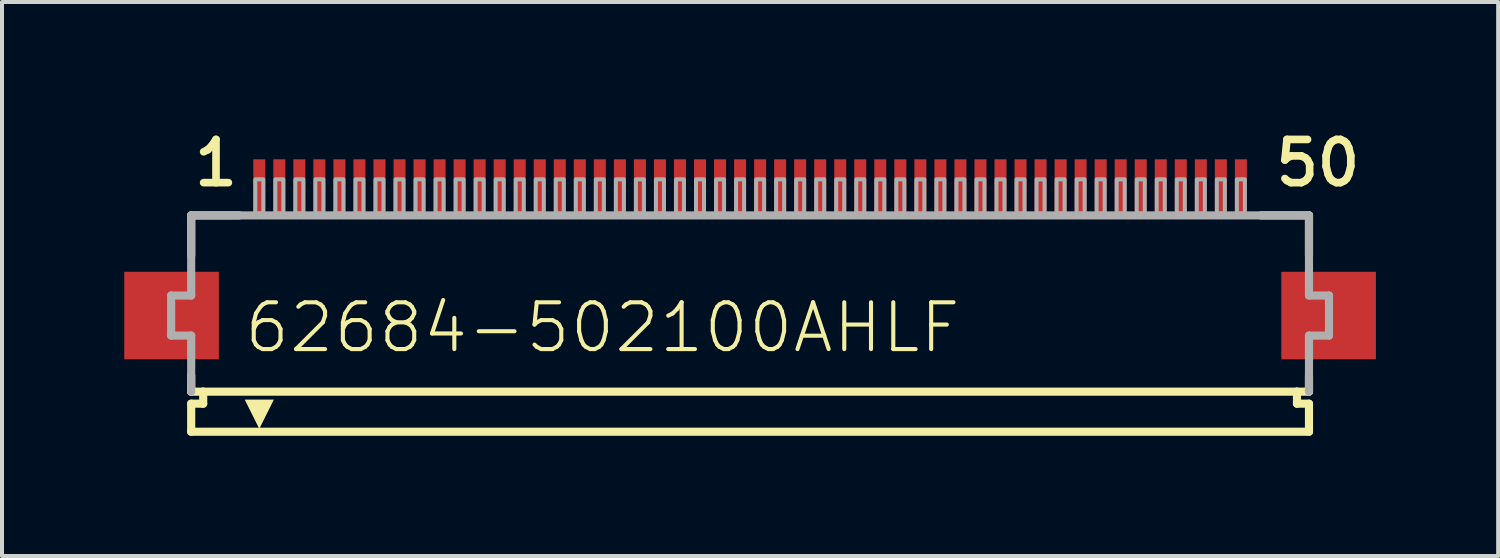
<source format=kicad_pcb>
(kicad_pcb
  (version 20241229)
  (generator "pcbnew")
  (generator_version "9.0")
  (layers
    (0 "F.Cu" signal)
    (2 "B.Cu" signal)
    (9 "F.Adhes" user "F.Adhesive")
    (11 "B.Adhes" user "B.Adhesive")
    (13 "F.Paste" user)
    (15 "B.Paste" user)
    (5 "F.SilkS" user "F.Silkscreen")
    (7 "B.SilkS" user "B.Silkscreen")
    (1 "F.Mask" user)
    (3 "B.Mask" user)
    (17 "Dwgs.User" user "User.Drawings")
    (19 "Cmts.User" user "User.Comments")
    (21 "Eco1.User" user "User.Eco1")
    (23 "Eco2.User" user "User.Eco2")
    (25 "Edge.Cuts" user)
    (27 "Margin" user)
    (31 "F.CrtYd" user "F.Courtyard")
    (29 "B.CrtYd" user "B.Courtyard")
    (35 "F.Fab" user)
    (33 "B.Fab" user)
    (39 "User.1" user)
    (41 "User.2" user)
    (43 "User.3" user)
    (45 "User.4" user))
  (footprint "62684-502100AHLF"
    (layer "F.Cu")
    (at 15.672 4.826)
    (property "Reference" "62684-502100AHLF" (at -12.678 0.985 0) (unlocked yes) (layer "F.SilkS") (effects (font (size 1.168 1.168) (thickness 0.102)) (justify left bottom)))
    (fp_poly (pts (xy -15.621 1.092) (xy -13.259 1.092) (xy -13.259 -1.092) (xy -15.621 -1.092)) (stroke (width 0) (type default)) (fill yes) (layer "F.Cu"))
    (fp_poly (pts (xy 15.621 -1.092) (xy 13.259 -1.092) (xy 13.259 1.092) (xy 15.621 1.092)) (stroke (width 0) (type default)) (fill yes) (layer "F.Cu"))
    (fp_poly (pts (xy -15.672 1.168) (xy -13.208 1.168) (xy -13.208 -1.168) (xy -15.672 -1.168)) (stroke (width 0) (type default)) (fill yes) (layer "F.Mask"))
    (fp_poly (pts (xy -12.45 -2.55) (xy -12.05 -2.55) (xy -12.05 -3.95) (xy -12.45 -3.95)) (stroke (width 0) (type default)) (fill yes) (layer "F.Mask"))
    (fp_poly (pts (xy -11.95 -2.55) (xy -11.55 -2.55) (xy -11.55 -3.95) (xy -11.95 -3.95)) (stroke (width 0) (type default)) (fill yes) (layer "F.Mask"))
    (fp_poly (pts (xy -11.45 -2.55) (xy -11.05 -2.55) (xy -11.05 -3.95) (xy -11.45 -3.95)) (stroke (width 0) (type default)) (fill yes) (layer "F.Mask"))
    (fp_poly (pts (xy -10.95 -2.55) (xy -10.55 -2.55) (xy -10.55 -3.95) (xy -10.95 -3.95)) (stroke (width 0) (type default)) (fill yes) (layer "F.Mask"))
    (fp_poly (pts (xy -10.45 -2.55) (xy -10.05 -2.55) (xy -10.05 -3.95) (xy -10.45 -3.95)) (stroke (width 0) (type default)) (fill yes) (layer "F.Mask"))
    (fp_poly (pts (xy -9.95 -2.55) (xy -9.55 -2.55) (xy -9.55 -3.95) (xy -9.95 -3.95)) (stroke (width 0) (type default)) (fill yes) (layer "F.Mask"))
    (fp_poly (pts (xy -9.45 -2.55) (xy -9.05 -2.55) (xy -9.05 -3.95) (xy -9.45 -3.95)) (stroke (width 0) (type default)) (fill yes) (layer "F.Mask"))
    (fp_poly (pts (xy -8.95 -2.55) (xy -8.55 -2.55) (xy -8.55 -3.95) (xy -8.95 -3.95)) (stroke (width 0) (type default)) (fill yes) (layer "F.Mask"))
    (fp_poly (pts (xy -8.45 -2.55) (xy -8.05 -2.55) (xy -8.05 -3.95) (xy -8.45 -3.95)) (stroke (width 0) (type default)) (fill yes) (layer "F.Mask"))
    (fp_poly (pts (xy -7.95 -2.55) (xy -7.55 -2.55) (xy -7.55 -3.95) (xy -7.95 -3.95)) (stroke (width 0) (type default)) (fill yes) (layer "F.Mask"))
    (fp_poly (pts (xy -7.45 -2.55) (xy -7.05 -2.55) (xy -7.05 -3.95) (xy -7.45 -3.95)) (stroke (width 0) (type default)) (fill yes) (layer "F.Mask"))
    (fp_poly (pts (xy -6.95 -2.55) (xy -6.55 -2.55) (xy -6.55 -3.95) (xy -6.95 -3.95)) (stroke (width 0) (type default)) (fill yes) (layer "F.Mask"))
    (fp_poly (pts (xy -6.45 -2.55) (xy -6.05 -2.55) (xy -6.05 -3.95) (xy -6.45 -3.95)) (stroke (width 0) (type default)) (fill yes) (layer "F.Mask"))
    (fp_poly (pts (xy -5.95 -2.55) (xy -5.55 -2.55) (xy -5.55 -3.95) (xy -5.95 -3.95)) (stroke (width 0) (type default)) (fill yes) (layer "F.Mask"))
    (fp_poly (pts (xy -5.45 -2.55) (xy -5.05 -2.55) (xy -5.05 -3.95) (xy -5.45 -3.95)) (stroke (width 0) (type default)) (fill yes) (layer "F.Mask"))
    (fp_poly (pts (xy -4.95 -2.55) (xy -4.55 -2.55) (xy -4.55 -3.95) (xy -4.95 -3.95)) (stroke (width 0) (type default)) (fill yes) (layer "F.Mask"))
    (fp_poly (pts (xy -4.45 -2.55) (xy -4.05 -2.55) (xy -4.05 -3.95) (xy -4.45 -3.95)) (stroke (width 0) (type default)) (fill yes) (layer "F.Mask"))
    (fp_poly (pts (xy -3.95 -2.55) (xy -3.55 -2.55) (xy -3.55 -3.95) (xy -3.95 -3.95)) (stroke (width 0) (type default)) (fill yes) (layer "F.Mask"))
    (fp_poly (pts (xy -3.45 -2.55) (xy -3.05 -2.55) (xy -3.05 -3.95) (xy -3.45 -3.95)) (stroke (width 0) (type default)) (fill yes) (layer "F.Mask"))
    (fp_poly (pts (xy -2.95 -2.55) (xy -2.55 -2.55) (xy -2.55 -3.95) (xy -2.95 -3.95)) (stroke (width 0) (type default)) (fill yes) (layer "F.Mask"))
    (fp_poly (pts (xy -2.45 -2.55) (xy -2.05 -2.55) (xy -2.05 -3.95) (xy -2.45 -3.95)) (stroke (width 0) (type default)) (fill yes) (layer "F.Mask"))
    (fp_poly (pts (xy -1.95 -2.55) (xy -1.55 -2.55) (xy -1.55 -3.95) (xy -1.95 -3.95)) (stroke (width 0) (type default)) (fill yes) (layer "F.Mask"))
    (fp_poly (pts (xy -1.45 -2.55) (xy -1.05 -2.55) (xy -1.05 -3.95) (xy -1.45 -3.95)) (stroke (width 0) (type default)) (fill yes) (layer "F.Mask"))
    (fp_poly (pts (xy -0.95 -2.55) (xy -0.55 -2.55) (xy -0.55 -3.95) (xy -0.95 -3.95)) (stroke (width 0) (type default)) (fill yes) (layer "F.Mask"))
    (fp_poly (pts (xy -0.45 -2.55) (xy -0.05 -2.55) (xy -0.05 -3.95) (xy -0.45 -3.95)) (stroke (width 0) (type default)) (fill yes) (layer "F.Mask"))
    (fp_poly (pts (xy 0.05 -2.55) (xy 0.45 -2.55) (xy 0.45 -3.95) (xy 0.05 -3.95)) (stroke (width 0) (type default)) (fill yes) (layer "F.Mask"))
    (fp_poly (pts (xy 0.55 -2.55) (xy 0.95 -2.55) (xy 0.95 -3.95) (xy 0.55 -3.95)) (stroke (width 0) (type default)) (fill yes) (layer "F.Mask"))
    (fp_poly (pts (xy 1.05 -2.55) (xy 1.45 -2.55) (xy 1.45 -3.95) (xy 1.05 -3.95)) (stroke (width 0) (type default)) (fill yes) (layer "F.Mask"))
    (fp_poly (pts (xy 1.55 -2.55) (xy 1.95 -2.55) (xy 1.95 -3.95) (xy 1.55 -3.95)) (stroke (width 0) (type default)) (fill yes) (layer "F.Mask"))
    (fp_poly (pts (xy 2.05 -2.55) (xy 2.45 -2.55) (xy 2.45 -3.95) (xy 2.05 -3.95)) (stroke (width 0) (type default)) (fill yes) (layer "F.Mask"))
    (fp_poly (pts (xy 2.55 -2.55) (xy 2.95 -2.55) (xy 2.95 -3.95) (xy 2.55 -3.95)) (stroke (width 0) (type default)) (fill yes) (layer "F.Mask"))
    (fp_poly (pts (xy 3.05 -2.55) (xy 3.45 -2.55) (xy 3.45 -3.95) (xy 3.05 -3.95)) (stroke (width 0) (type default)) (fill yes) (layer "F.Mask"))
    (fp_poly (pts (xy 3.55 -2.55) (xy 3.95 -2.55) (xy 3.95 -3.95) (xy 3.55 -3.95)) (stroke (width 0) (type default)) (fill yes) (layer "F.Mask"))
    (fp_poly (pts (xy 4.05 -2.55) (xy 4.45 -2.55) (xy 4.45 -3.95) (xy 4.05 -3.95)) (stroke (width 0) (type default)) (fill yes) (layer "F.Mask"))
    (fp_poly (pts (xy 4.55 -2.55) (xy 4.95 -2.55) (xy 4.95 -3.95) (xy 4.55 -3.95)) (stroke (width 0) (type default)) (fill yes) (layer "F.Mask"))
    (fp_poly (pts (xy 5.05 -2.55) (xy 5.45 -2.55) (xy 5.45 -3.95) (xy 5.05 -3.95)) (stroke (width 0) (type default)) (fill yes) (layer "F.Mask"))
    (fp_poly (pts (xy 5.55 -2.55) (xy 5.95 -2.55) (xy 5.95 -3.95) (xy 5.55 -3.95)) (stroke (width 0) (type default)) (fill yes) (layer "F.Mask"))
    (fp_poly (pts (xy 6.05 -2.55) (xy 6.45 -2.55) (xy 6.45 -3.95) (xy 6.05 -3.95)) (stroke (width 0) (type default)) (fill yes) (layer "F.Mask"))
    (fp_poly (pts (xy 6.55 -2.55) (xy 6.95 -2.55) (xy 6.95 -3.95) (xy 6.55 -3.95)) (stroke (width 0) (type default)) (fill yes) (layer "F.Mask"))
    (fp_poly (pts (xy 7.05 -2.55) (xy 7.45 -2.55) (xy 7.45 -3.95) (xy 7.05 -3.95)) (stroke (width 0) (type default)) (fill yes) (layer "F.Mask"))
    (fp_poly (pts (xy 7.55 -2.55) (xy 7.95 -2.55) (xy 7.95 -3.95) (xy 7.55 -3.95)) (stroke (width 0) (type default)) (fill yes) (layer "F.Mask"))
    (fp_poly (pts (xy 8.05 -2.55) (xy 8.45 -2.55) (xy 8.45 -3.95) (xy 8.05 -3.95)) (stroke (width 0) (type default)) (fill yes) (layer "F.Mask"))
    (fp_poly (pts (xy 8.55 -2.55) (xy 8.95 -2.55) (xy 8.95 -3.95) (xy 8.55 -3.95)) (stroke (width 0) (type default)) (fill yes) (layer "F.Mask"))
    (fp_poly (pts (xy 9.05 -2.55) (xy 9.45 -2.55) (xy 9.45 -3.95) (xy 9.05 -3.95)) (stroke (width 0) (type default)) (fill yes) (layer "F.Mask"))
    (fp_poly (pts (xy 9.55 -2.55) (xy 9.95 -2.55) (xy 9.95 -3.95) (xy 9.55 -3.95)) (stroke (width 0) (type default)) (fill yes) (layer "F.Mask"))
    (fp_poly (pts (xy 10.05 -2.55) (xy 10.45 -2.55) (xy 10.45 -3.95) (xy 10.05 -3.95)) (stroke (width 0) (type default)) (fill yes) (layer "F.Mask"))
    (fp_poly (pts (xy 10.55 -2.55) (xy 10.95 -2.55) (xy 10.95 -3.95) (xy 10.55 -3.95)) (stroke (width 0) (type default)) (fill yes) (layer "F.Mask"))
    (fp_poly (pts (xy 11.05 -2.55) (xy 11.45 -2.55) (xy 11.45 -3.95) (xy 11.05 -3.95)) (stroke (width 0) (type default)) (fill yes) (layer "F.Mask"))
    (fp_poly (pts (xy 11.55 -2.55) (xy 11.95 -2.55) (xy 11.95 -3.95) (xy 11.55 -3.95)) (stroke (width 0) (type default)) (fill yes) (layer "F.Mask"))
    (fp_poly (pts (xy 12.05 -2.55) (xy 12.45 -2.55) (xy 12.45 -3.95) (xy 12.05 -3.95)) (stroke (width 0) (type default)) (fill yes) (layer "F.Mask"))
    (fp_poly (pts (xy 15.672 -1.168) (xy 13.208 -1.168) (xy 13.208 1.168) (xy 15.672 1.168)) (stroke (width 0) (type default)) (fill yes) (layer "F.Mask"))
    (fp_line (start -13.95 -2.5) (end -13.95 -1.5) (stroke (width 0.203) (type solid)) (layer "F.SilkS"))
    (fp_line (start -13.95 1.5) (end -13.95 1.9) (stroke (width 0.203) (type solid)) (layer "F.SilkS"))
    (fp_line (start -13.95 1.9) (end -13.65 1.9) (stroke (width 0.203) (type solid)) (layer "F.SilkS"))
    (fp_line (start -13.95 2.2) (end -13.95 2.9) (stroke (width 0.203) (type solid)) (layer "F.SilkS"))
    (fp_line (start -13.65 1.9) (end -13.65 2.2) (stroke (width 0.203) (type solid)) (layer "F.SilkS"))
    (fp_line (start -13.65 2.2) (end -13.95 2.2) (stroke (width 0.203) (type solid)) (layer "F.SilkS"))
    (fp_line (start -12.75 -2.5) (end -13.95 -2.5) (stroke (width 0.203) (type solid)) (layer "F.SilkS"))
    (fp_line (start 13.65 1.9) (end -13.65 1.9) (stroke (width 0.203) (type solid)) (layer "F.SilkS"))
    (fp_line (start 13.65 1.9) (end 13.95 1.9) (stroke (width 0.203) (type solid)) (layer "F.SilkS"))
    (fp_line (start 13.65 2.2) (end 13.65 1.9) (stroke (width 0.203) (type solid)) (layer "F.SilkS"))
    (fp_line (start 13.95 -2.5) (end 12.75 -2.5) (stroke (width 0.203) (type solid)) (layer "F.SilkS"))
    (fp_line (start 13.95 -1.5) (end 13.95 -2.5) (stroke (width 0.203) (type solid)) (layer "F.SilkS"))
    (fp_line (start 13.95 1.9) (end 13.95 1.5) (stroke (width 0.203) (type solid)) (layer "F.SilkS"))
    (fp_line (start 13.95 2.2) (end 13.65 2.2) (stroke (width 0.203) (type solid)) (layer "F.SilkS"))
    (fp_line (start 13.95 2.9) (end -13.95 2.9) (stroke (width 0.203) (type solid)) (layer "F.SilkS"))
    (fp_line (start 13.95 2.9) (end 13.95 2.2) (stroke (width 0.203) (type solid)) (layer "F.SilkS"))
    (fp_poly (pts (xy -12.25 2.827) (xy -12.614 2.098) (xy -11.886 2.098)) (stroke (width 0) (type default)) (fill yes) (layer "F.SilkS"))
    (fp_poly (pts (xy -13.325 -1.025) (xy -14.975 -1.025) (xy -14.975 1.025) (xy -13.325 1.025)) (stroke (width 0) (type default)) (fill yes) (layer "F.Paste"))
    (fp_poly (pts (xy -12.375 -2.625) (xy -12.125 -2.625) (xy -12.125 -3.875) (xy -12.375 -3.875)) (stroke (width 0) (type default)) (fill yes) (layer "F.Paste"))
    (fp_poly (pts (xy -11.875 -2.625) (xy -11.625 -2.625) (xy -11.625 -3.875) (xy -11.875 -3.875)) (stroke (width 0) (type default)) (fill yes) (layer "F.Paste"))
    (fp_poly (pts (xy -11.375 -2.625) (xy -11.125 -2.625) (xy -11.125 -3.875) (xy -11.375 -3.875)) (stroke (width 0) (type default)) (fill yes) (layer "F.Paste"))
    (fp_poly (pts (xy -10.875 -2.625) (xy -10.625 -2.625) (xy -10.625 -3.875) (xy -10.875 -3.875)) (stroke (width 0) (type default)) (fill yes) (layer "F.Paste"))
    (fp_poly (pts (xy -10.375 -2.625) (xy -10.125 -2.625) (xy -10.125 -3.875) (xy -10.375 -3.875)) (stroke (width 0) (type default)) (fill yes) (layer "F.Paste"))
    (fp_poly (pts (xy -9.875 -2.625) (xy -9.625 -2.625) (xy -9.625 -3.875) (xy -9.875 -3.875)) (stroke (width 0) (type default)) (fill yes) (layer "F.Paste"))
    (fp_poly (pts (xy -9.375 -2.625) (xy -9.125 -2.625) (xy -9.125 -3.875) (xy -9.375 -3.875)) (stroke (width 0) (type default)) (fill yes) (layer "F.Paste"))
    (fp_poly (pts (xy -8.875 -2.625) (xy -8.625 -2.625) (xy -8.625 -3.875) (xy -8.875 -3.875)) (stroke (width 0) (type default)) (fill yes) (layer "F.Paste"))
    (fp_poly (pts (xy -8.375 -2.625) (xy -8.125 -2.625) (xy -8.125 -3.875) (xy -8.375 -3.875)) (stroke (width 0) (type default)) (fill yes) (layer "F.Paste"))
    (fp_poly (pts (xy -7.875 -2.625) (xy -7.625 -2.625) (xy -7.625 -3.875) (xy -7.875 -3.875)) (stroke (width 0) (type default)) (fill yes) (layer "F.Paste"))
    (fp_poly (pts (xy -7.375 -2.625) (xy -7.125 -2.625) (xy -7.125 -3.875) (xy -7.375 -3.875)) (stroke (width 0) (type default)) (fill yes) (layer "F.Paste"))
    (fp_poly (pts (xy -6.875 -2.625) (xy -6.625 -2.625) (xy -6.625 -3.875) (xy -6.875 -3.875)) (stroke (width 0) (type default)) (fill yes) (layer "F.Paste"))
    (fp_poly (pts (xy -6.375 -2.625) (xy -6.125 -2.625) (xy -6.125 -3.875) (xy -6.375 -3.875)) (stroke (width 0) (type default)) (fill yes) (layer "F.Paste"))
    (fp_poly (pts (xy -5.875 -2.625) (xy -5.625 -2.625) (xy -5.625 -3.875) (xy -5.875 -3.875)) (stroke (width 0) (type default)) (fill yes) (layer "F.Paste"))
    (fp_poly (pts (xy -5.375 -2.625) (xy -5.125 -2.625) (xy -5.125 -3.875) (xy -5.375 -3.875)) (stroke (width 0) (type default)) (fill yes) (layer "F.Paste"))
    (fp_poly (pts (xy -4.875 -2.625) (xy -4.625 -2.625) (xy -4.625 -3.875) (xy -4.875 -3.875)) (stroke (width 0) (type default)) (fill yes) (layer "F.Paste"))
    (fp_poly (pts (xy -4.375 -2.625) (xy -4.125 -2.625) (xy -4.125 -3.875) (xy -4.375 -3.875)) (stroke (width 0) (type default)) (fill yes) (layer "F.Paste"))
    (fp_poly (pts (xy -3.875 -2.625) (xy -3.625 -2.625) (xy -3.625 -3.875) (xy -3.875 -3.875)) (stroke (width 0) (type default)) (fill yes) (layer "F.Paste"))
    (fp_poly (pts (xy -3.375 -2.625) (xy -3.125 -2.625) (xy -3.125 -3.875) (xy -3.375 -3.875)) (stroke (width 0) (type default)) (fill yes) (layer "F.Paste"))
    (fp_poly (pts (xy -2.875 -2.625) (xy -2.625 -2.625) (xy -2.625 -3.875) (xy -2.875 -3.875)) (stroke (width 0) (type default)) (fill yes) (layer "F.Paste"))
    (fp_poly (pts (xy -2.375 -2.625) (xy -2.125 -2.625) (xy -2.125 -3.875) (xy -2.375 -3.875)) (stroke (width 0) (type default)) (fill yes) (layer "F.Paste"))
    (fp_poly (pts (xy -1.875 -2.625) (xy -1.625 -2.625) (xy -1.625 -3.875) (xy -1.875 -3.875)) (stroke (width 0) (type default)) (fill yes) (layer "F.Paste"))
    (fp_poly (pts (xy -1.375 -2.625) (xy -1.125 -2.625) (xy -1.125 -3.875) (xy -1.375 -3.875)) (stroke (width 0) (type default)) (fill yes) (layer "F.Paste"))
    (fp_poly (pts (xy -0.875 -2.625) (xy -0.625 -2.625) (xy -0.625 -3.875) (xy -0.875 -3.875)) (stroke (width 0) (type default)) (fill yes) (layer "F.Paste"))
    (fp_poly (pts (xy -0.375 -2.625) (xy -0.125 -2.625) (xy -0.125 -3.875) (xy -0.375 -3.875)) (stroke (width 0) (type default)) (fill yes) (layer "F.Paste"))
    (fp_poly (pts (xy 0.125 -2.625) (xy 0.375 -2.625) (xy 0.375 -3.875) (xy 0.125 -3.875)) (stroke (width 0) (type default)) (fill yes) (layer "F.Paste"))
    (fp_poly (pts (xy 0.625 -2.625) (xy 0.875 -2.625) (xy 0.875 -3.875) (xy 0.625 -3.875)) (stroke (width 0) (type default)) (fill yes) (layer "F.Paste"))
    (fp_poly (pts (xy 1.125 -2.625) (xy 1.375 -2.625) (xy 1.375 -3.875) (xy 1.125 -3.875)) (stroke (width 0) (type default)) (fill yes) (layer "F.Paste"))
    (fp_poly (pts (xy 1.625 -2.625) (xy 1.875 -2.625) (xy 1.875 -3.875) (xy 1.625 -3.875)) (stroke (width 0) (type default)) (fill yes) (layer "F.Paste"))
    (fp_poly (pts (xy 2.125 -2.625) (xy 2.375 -2.625) (xy 2.375 -3.875) (xy 2.125 -3.875)) (stroke (width 0) (type default)) (fill yes) (layer "F.Paste"))
    (fp_poly (pts (xy 2.625 -2.625) (xy 2.875 -2.625) (xy 2.875 -3.875) (xy 2.625 -3.875)) (stroke (width 0) (type default)) (fill yes) (layer "F.Paste"))
    (fp_poly (pts (xy 3.125 -2.625) (xy 3.375 -2.625) (xy 3.375 -3.875) (xy 3.125 -3.875)) (stroke (width 0) (type default)) (fill yes) (layer "F.Paste"))
    (fp_poly (pts (xy 3.625 -2.625) (xy 3.875 -2.625) (xy 3.875 -3.875) (xy 3.625 -3.875)) (stroke (width 0) (type default)) (fill yes) (layer "F.Paste"))
    (fp_poly (pts (xy 4.125 -2.625) (xy 4.375 -2.625) (xy 4.375 -3.875) (xy 4.125 -3.875)) (stroke (width 0) (type default)) (fill yes) (layer "F.Paste"))
    (fp_poly (pts (xy 4.625 -2.625) (xy 4.875 -2.625) (xy 4.875 -3.875) (xy 4.625 -3.875)) (stroke (width 0) (type default)) (fill yes) (layer "F.Paste"))
    (fp_poly (pts (xy 5.125 -2.625) (xy 5.375 -2.625) (xy 5.375 -3.875) (xy 5.125 -3.875)) (stroke (width 0) (type default)) (fill yes) (layer "F.Paste"))
    (fp_poly (pts (xy 5.625 -2.625) (xy 5.875 -2.625) (xy 5.875 -3.875) (xy 5.625 -3.875)) (stroke (width 0) (type default)) (fill yes) (layer "F.Paste"))
    (fp_poly (pts (xy 6.125 -2.625) (xy 6.375 -2.625) (xy 6.375 -3.875) (xy 6.125 -3.875)) (stroke (width 0) (type default)) (fill yes) (layer "F.Paste"))
    (fp_poly (pts (xy 6.625 -2.625) (xy 6.875 -2.625) (xy 6.875 -3.875) (xy 6.625 -3.875)) (stroke (width 0) (type default)) (fill yes) (layer "F.Paste"))
    (fp_poly (pts (xy 7.125 -2.625) (xy 7.375 -2.625) (xy 7.375 -3.875) (xy 7.125 -3.875)) (stroke (width 0) (type default)) (fill yes) (layer "F.Paste"))
    (fp_poly (pts (xy 7.625 -2.625) (xy 7.875 -2.625) (xy 7.875 -3.875) (xy 7.625 -3.875)) (stroke (width 0) (type default)) (fill yes) (layer "F.Paste"))
    (fp_poly (pts (xy 8.125 -2.625) (xy 8.375 -2.625) (xy 8.375 -3.875) (xy 8.125 -3.875)) (stroke (width 0) (type default)) (fill yes) (layer "F.Paste"))
    (fp_poly (pts (xy 8.625 -2.625) (xy 8.875 -2.625) (xy 8.875 -3.875) (xy 8.625 -3.875)) (stroke (width 0) (type default)) (fill yes) (layer "F.Paste"))
    (fp_poly (pts (xy 9.125 -2.625) (xy 9.375 -2.625) (xy 9.375 -3.875) (xy 9.125 -3.875)) (stroke (width 0) (type default)) (fill yes) (layer "F.Paste"))
    (fp_poly (pts (xy 9.625 -2.625) (xy 9.875 -2.625) (xy 9.875 -3.875) (xy 9.625 -3.875)) (stroke (width 0) (type default)) (fill yes) (layer "F.Paste"))
    (fp_poly (pts (xy 10.125 -2.625) (xy 10.375 -2.625) (xy 10.375 -3.875) (xy 10.125 -3.875)) (stroke (width 0) (type default)) (fill yes) (layer "F.Paste"))
    (fp_poly (pts (xy 10.625 -2.625) (xy 10.875 -2.625) (xy 10.875 -3.875) (xy 10.625 -3.875)) (stroke (width 0) (type default)) (fill yes) (layer "F.Paste"))
    (fp_poly (pts (xy 11.125 -2.625) (xy 11.375 -2.625) (xy 11.375 -3.875) (xy 11.125 -3.875)) (stroke (width 0) (type default)) (fill yes) (layer "F.Paste"))
    (fp_poly (pts (xy 11.625 -2.625) (xy 11.875 -2.625) (xy 11.875 -3.875) (xy 11.625 -3.875)) (stroke (width 0) (type default)) (fill yes) (layer "F.Paste"))
    (fp_poly (pts (xy 12.125 -2.625) (xy 12.375 -2.625) (xy 12.375 -3.875) (xy 12.125 -3.875)) (stroke (width 0) (type default)) (fill yes) (layer "F.Paste"))
    (fp_poly (pts (xy 14.975 -1.025) (xy 13.325 -1.025) (xy 13.325 1.025) (xy 14.975 1.025)) (stroke (width 0) (type default)) (fill yes) (layer "F.Paste"))
    (fp_line (start -14.45 -0.5) (end -14.45 0.5) (stroke (width 0.203) (type solid)) (layer "F.Fab"))
    (fp_line (start -14.45 0.5) (end -13.95 0.5) (stroke (width 0.203) (type solid)) (layer "F.Fab"))
    (fp_line (start -13.95 -2.5) (end -13.95 -0.5) (stroke (width 0.203) (type solid)) (layer "F.Fab"))
    (fp_line (start -13.95 -0.5) (end -14.45 -0.5) (stroke (width 0.203) (type solid)) (layer "F.Fab"))
    (fp_line (start -13.95 0.5) (end -13.95 1.9) (stroke (width 0.203) (type solid)) (layer "F.Fab"))
    (fp_line (start 13.95 -2.5) (end -13.95 -2.5) (stroke (width 0.203) (type solid)) (layer "F.Fab"))
    (fp_line (start 13.95 -0.5) (end 13.95 -2.5) (stroke (width 0.203) (type solid)) (layer "F.Fab"))
    (fp_line (start 13.95 0.5) (end 14.45 0.5) (stroke (width 0.203) (type solid)) (layer "F.Fab"))
    (fp_line (start 13.95 1.9) (end 13.95 0.5) (stroke (width 0.203) (type solid)) (layer "F.Fab"))
    (fp_line (start 14.45 -0.5) (end 13.95 -0.5) (stroke (width 0.203) (type solid)) (layer "F.Fab"))
    (fp_line (start 14.45 0.5) (end 14.45 -0.5) (stroke (width 0.203) (type solid)) (layer "F.Fab"))
    (fp_poly (pts (xy -12.35 -2.55) (xy -12.15 -2.55) (xy -12.15 -3.4) (xy -12.35 -3.4)) (stroke (width 0.1) (type default)) (fill no) (layer "F.Fab"))
    (fp_poly (pts (xy -11.85 -2.55) (xy -11.65 -2.55) (xy -11.65 -3.4) (xy -11.85 -3.4)) (stroke (width 0.1) (type default)) (fill no) (layer "F.Fab"))
    (fp_poly (pts (xy -11.35 -2.55) (xy -11.15 -2.55) (xy -11.15 -3.4) (xy -11.35 -3.4)) (stroke (width 0.1) (type default)) (fill no) (layer "F.Fab"))
    (fp_poly (pts (xy -10.85 -2.55) (xy -10.65 -2.55) (xy -10.65 -3.4) (xy -10.85 -3.4)) (stroke (width 0.1) (type default)) (fill no) (layer "F.Fab"))
    (fp_poly (pts (xy -10.35 -2.55) (xy -10.15 -2.55) (xy -10.15 -3.4) (xy -10.35 -3.4)) (stroke (width 0.1) (type default)) (fill no) (layer "F.Fab"))
    (fp_poly (pts (xy -9.85 -2.55) (xy -9.65 -2.55) (xy -9.65 -3.4) (xy -9.85 -3.4)) (stroke (width 0.1) (type default)) (fill no) (layer "F.Fab"))
    (fp_poly (pts (xy -9.35 -2.55) (xy -9.15 -2.55) (xy -9.15 -3.4) (xy -9.35 -3.4)) (stroke (width 0.1) (type default)) (fill no) (layer "F.Fab"))
    (fp_poly (pts (xy -8.85 -2.55) (xy -8.65 -2.55) (xy -8.65 -3.4) (xy -8.85 -3.4)) (stroke (width 0.1) (type default)) (fill no) (layer "F.Fab"))
    (fp_poly (pts (xy -8.35 -2.55) (xy -8.15 -2.55) (xy -8.15 -3.4) (xy -8.35 -3.4)) (stroke (width 0.1) (type default)) (fill no) (layer "F.Fab"))
    (fp_poly (pts (xy -7.85 -2.55) (xy -7.65 -2.55) (xy -7.65 -3.4) (xy -7.85 -3.4)) (stroke (width 0.1) (type default)) (fill no) (layer "F.Fab"))
    (fp_poly (pts (xy -7.35 -2.55) (xy -7.15 -2.55) (xy -7.15 -3.4) (xy -7.35 -3.4)) (stroke (width 0.1) (type default)) (fill no) (layer "F.Fab"))
    (fp_poly (pts (xy -6.85 -2.55) (xy -6.65 -2.55) (xy -6.65 -3.4) (xy -6.85 -3.4)) (stroke (width 0.1) (type default)) (fill no) (layer "F.Fab"))
    (fp_poly (pts (xy -6.35 -2.55) (xy -6.15 -2.55) (xy -6.15 -3.4) (xy -6.35 -3.4)) (stroke (width 0.1) (type default)) (fill no) (layer "F.Fab"))
    (fp_poly (pts (xy -5.85 -2.55) (xy -5.65 -2.55) (xy -5.65 -3.4) (xy -5.85 -3.4)) (stroke (width 0.1) (type default)) (fill no) (layer "F.Fab"))
    (fp_poly (pts (xy -5.35 -2.55) (xy -5.15 -2.55) (xy -5.15 -3.4) (xy -5.35 -3.4)) (stroke (width 0.1) (type default)) (fill no) (layer "F.Fab"))
    (fp_poly (pts (xy -4.85 -2.55) (xy -4.65 -2.55) (xy -4.65 -3.4) (xy -4.85 -3.4)) (stroke (width 0.1) (type default)) (fill no) (layer "F.Fab"))
    (fp_poly (pts (xy -4.35 -2.55) (xy -4.15 -2.55) (xy -4.15 -3.4) (xy -4.35 -3.4)) (stroke (width 0.1) (type default)) (fill no) (layer "F.Fab"))
    (fp_poly (pts (xy -3.85 -2.55) (xy -3.65 -2.55) (xy -3.65 -3.4) (xy -3.85 -3.4)) (stroke (width 0.1) (type default)) (fill no) (layer "F.Fab"))
    (fp_poly (pts (xy -3.35 -2.55) (xy -3.15 -2.55) (xy -3.15 -3.4) (xy -3.35 -3.4)) (stroke (width 0.1) (type default)) (fill no) (layer "F.Fab"))
    (fp_poly (pts (xy -2.85 -2.55) (xy -2.65 -2.55) (xy -2.65 -3.4) (xy -2.85 -3.4)) (stroke (width 0.1) (type default)) (fill no) (layer "F.Fab"))
    (fp_poly (pts (xy -2.35 -2.55) (xy -2.15 -2.55) (xy -2.15 -3.4) (xy -2.35 -3.4)) (stroke (width 0.1) (type default)) (fill no) (layer "F.Fab"))
    (fp_poly (pts (xy -1.85 -2.55) (xy -1.65 -2.55) (xy -1.65 -3.4) (xy -1.85 -3.4)) (stroke (width 0.1) (type default)) (fill no) (layer "F.Fab"))
    (fp_poly (pts (xy -1.35 -2.55) (xy -1.15 -2.55) (xy -1.15 -3.4) (xy -1.35 -3.4)) (stroke (width 0.1) (type default)) (fill no) (layer "F.Fab"))
    (fp_poly (pts (xy -0.85 -2.55) (xy -0.65 -2.55) (xy -0.65 -3.4) (xy -0.85 -3.4)) (stroke (width 0.1) (type default)) (fill no) (layer "F.Fab"))
    (fp_poly (pts (xy -0.35 -2.55) (xy -0.15 -2.55) (xy -0.15 -3.4) (xy -0.35 -3.4)) (stroke (width 0.1) (type default)) (fill no) (layer "F.Fab"))
    (fp_poly (pts (xy 0.15 -2.55) (xy 0.35 -2.55) (xy 0.35 -3.4) (xy 0.15 -3.4)) (stroke (width 0.1) (type default)) (fill no) (layer "F.Fab"))
    (fp_poly (pts (xy 0.65 -2.55) (xy 0.85 -2.55) (xy 0.85 -3.4) (xy 0.65 -3.4)) (stroke (width 0.1) (type default)) (fill no) (layer "F.Fab"))
    (fp_poly (pts (xy 1.15 -2.55) (xy 1.35 -2.55) (xy 1.35 -3.4) (xy 1.15 -3.4)) (stroke (width 0.1) (type default)) (fill no) (layer "F.Fab"))
    (fp_poly (pts (xy 1.65 -2.55) (xy 1.85 -2.55) (xy 1.85 -3.4) (xy 1.65 -3.4)) (stroke (width 0.1) (type default)) (fill no) (layer "F.Fab"))
    (fp_poly (pts (xy 2.15 -2.55) (xy 2.35 -2.55) (xy 2.35 -3.4) (xy 2.15 -3.4)) (stroke (width 0.1) (type default)) (fill no) (layer "F.Fab"))
    (fp_poly (pts (xy 2.65 -2.55) (xy 2.85 -2.55) (xy 2.85 -3.4) (xy 2.65 -3.4)) (stroke (width 0.1) (type default)) (fill no) (layer "F.Fab"))
    (fp_poly (pts (xy 3.15 -2.55) (xy 3.35 -2.55) (xy 3.35 -3.4) (xy 3.15 -3.4)) (stroke (width 0.1) (type default)) (fill no) (layer "F.Fab"))
    (fp_poly (pts (xy 3.65 -2.55) (xy 3.85 -2.55) (xy 3.85 -3.4) (xy 3.65 -3.4)) (stroke (width 0.1) (type default)) (fill no) (layer "F.Fab"))
    (fp_poly (pts (xy 4.15 -2.55) (xy 4.35 -2.55) (xy 4.35 -3.4) (xy 4.15 -3.4)) (stroke (width 0.1) (type default)) (fill no) (layer "F.Fab"))
    (fp_poly (pts (xy 4.65 -2.55) (xy 4.85 -2.55) (xy 4.85 -3.4) (xy 4.65 -3.4)) (stroke (width 0.1) (type default)) (fill no) (layer "F.Fab"))
    (fp_poly (pts (xy 5.15 -2.55) (xy 5.35 -2.55) (xy 5.35 -3.4) (xy 5.15 -3.4)) (stroke (width 0.1) (type default)) (fill no) (layer "F.Fab"))
    (fp_poly (pts (xy 5.65 -2.55) (xy 5.85 -2.55) (xy 5.85 -3.4) (xy 5.65 -3.4)) (stroke (width 0.1) (type default)) (fill no) (layer "F.Fab"))
    (fp_poly (pts (xy 6.15 -2.55) (xy 6.35 -2.55) (xy 6.35 -3.4) (xy 6.15 -3.4)) (stroke (width 0.1) (type default)) (fill no) (layer "F.Fab"))
    (fp_poly (pts (xy 6.65 -2.55) (xy 6.85 -2.55) (xy 6.85 -3.4) (xy 6.65 -3.4)) (stroke (width 0.1) (type default)) (fill no) (layer "F.Fab"))
    (fp_poly (pts (xy 7.15 -2.55) (xy 7.35 -2.55) (xy 7.35 -3.4) (xy 7.15 -3.4)) (stroke (width 0.1) (type default)) (fill no) (layer "F.Fab"))
    (fp_poly (pts (xy 7.65 -2.55) (xy 7.85 -2.55) (xy 7.85 -3.4) (xy 7.65 -3.4)) (stroke (width 0.1) (type default)) (fill no) (layer "F.Fab"))
    (fp_poly (pts (xy 8.15 -2.55) (xy 8.35 -2.55) (xy 8.35 -3.4) (xy 8.15 -3.4)) (stroke (width 0.1) (type default)) (fill no) (layer "F.Fab"))
    (fp_poly (pts (xy 8.65 -2.55) (xy 8.85 -2.55) (xy 8.85 -3.4) (xy 8.65 -3.4)) (stroke (width 0.1) (type default)) (fill no) (layer "F.Fab"))
    (fp_poly (pts (xy 9.15 -2.55) (xy 9.35 -2.55) (xy 9.35 -3.4) (xy 9.15 -3.4)) (stroke (width 0.1) (type default)) (fill no) (layer "F.Fab"))
    (fp_poly (pts (xy 9.65 -2.55) (xy 9.85 -2.55) (xy 9.85 -3.4) (xy 9.65 -3.4)) (stroke (width 0.1) (type default)) (fill no) (layer "F.Fab"))
    (fp_poly (pts (xy 10.15 -2.55) (xy 10.35 -2.55) (xy 10.35 -3.4) (xy 10.15 -3.4)) (stroke (width 0.1) (type default)) (fill no) (layer "F.Fab"))
    (fp_poly (pts (xy 10.65 -2.55) (xy 10.85 -2.55) (xy 10.85 -3.4) (xy 10.65 -3.4)) (stroke (width 0.1) (type default)) (fill no) (layer "F.Fab"))
    (fp_poly (pts (xy 11.15 -2.55) (xy 11.35 -2.55) (xy 11.35 -3.4) (xy 11.15 -3.4)) (stroke (width 0.1) (type default)) (fill no) (layer "F.Fab"))
    (fp_poly (pts (xy 11.65 -2.55) (xy 11.85 -2.55) (xy 11.85 -3.4) (xy 11.65 -3.4)) (stroke (width 0.1) (type default)) (fill no) (layer "F.Fab"))
    (fp_poly (pts (xy 12.15 -2.55) (xy 12.35 -2.55) (xy 12.35 -3.4) (xy 12.15 -3.4)) (stroke (width 0.1) (type default)) (fill no) (layer "F.Fab"))
    (fp_text user "1" (at -13.97 -3.175 0) (unlocked yes) (layer "F.SilkS") (effects (font (size 1.079 1.079) (thickness 0.191)) (justify left bottom)))
    (fp_text user "50" (at 13.018 -3.175 0) (unlocked yes) (layer "F.SilkS") (effects (font (size 1.079 1.079) (thickness 0.191)) (justify left bottom)))
    (pad "1" smd rect (at -12.25 -3.25) (size 0.3 1.3) (layers "F.Cu"))
    (pad "2" smd rect (at -11.75 -3.25) (size 0.3 1.3) (layers "F.Cu"))
    (pad "3" smd rect (at -11.25 -3.25) (size 0.3 1.3) (layers "F.Cu"))
    (pad "4" smd rect (at -10.75 -3.25) (size 0.3 1.3) (layers "F.Cu"))
    (pad "5" smd rect (at -10.25 -3.25) (size 0.3 1.3) (layers "F.Cu"))
    (pad "6" smd rect (at -9.75 -3.25) (size 0.3 1.3) (layers "F.Cu"))
    (pad "7" smd rect (at -9.25 -3.25) (size 0.3 1.3) (layers "F.Cu"))
    (pad "8" smd rect (at -8.75 -3.25) (size 0.3 1.3) (layers "F.Cu"))
    (pad "9" smd rect (at -8.25 -3.25) (size 0.3 1.3) (layers "F.Cu"))
    (pad "10" smd rect (at -7.75 -3.25) (size 0.3 1.3) (layers "F.Cu"))
    (pad "11" smd rect (at -7.25 -3.25) (size 0.3 1.3) (layers "F.Cu"))
    (pad "12" smd rect (at -6.75 -3.25) (size 0.3 1.3) (layers "F.Cu"))
    (pad "13" smd rect (at -6.25 -3.25) (size 0.3 1.3) (layers "F.Cu"))
    (pad "14" smd rect (at -5.75 -3.25) (size 0.3 1.3) (layers "F.Cu"))
    (pad "15" smd rect (at -5.25 -3.25) (size 0.3 1.3) (layers "F.Cu"))
    (pad "16" smd rect (at -4.75 -3.25) (size 0.3 1.3) (layers "F.Cu"))
    (pad "17" smd rect (at -4.25 -3.25) (size 0.3 1.3) (layers "F.Cu"))
    (pad "18" smd rect (at -3.75 -3.25) (size 0.3 1.3) (layers "F.Cu"))
    (pad "19" smd rect (at -3.25 -3.25) (size 0.3 1.3) (layers "F.Cu"))
    (pad "20" smd rect (at -2.75 -3.25) (size 0.3 1.3) (layers "F.Cu"))
    (pad "21" smd rect (at -2.25 -3.25) (size 0.3 1.3) (layers "F.Cu"))
    (pad "22" smd rect (at -1.75 -3.25) (size 0.3 1.3) (layers "F.Cu"))
    (pad "23" smd rect (at -1.25 -3.25) (size 0.3 1.3) (layers "F.Cu"))
    (pad "24" smd rect (at -0.75 -3.25) (size 0.3 1.3) (layers "F.Cu"))
    (pad "25" smd rect (at -0.25 -3.25) (size 0.3 1.3) (layers "F.Cu"))
    (pad "26" smd rect (at 0.25 -3.25) (size 0.3 1.3) (layers "F.Cu"))
    (pad "27" smd rect (at 0.75 -3.25) (size 0.3 1.3) (layers "F.Cu"))
    (pad "28" smd rect (at 1.25 -3.25) (size 0.3 1.3) (layers "F.Cu"))
    (pad "29" smd rect (at 1.75 -3.25) (size 0.3 1.3) (layers "F.Cu"))
    (pad "30" smd rect (at 2.25 -3.25) (size 0.3 1.3) (layers "F.Cu"))
    (pad "31" smd rect (at 2.75 -3.25) (size 0.3 1.3) (layers "F.Cu"))
    (pad "32" smd rect (at 3.25 -3.25) (size 0.3 1.3) (layers "F.Cu"))
    (pad "33" smd rect (at 3.75 -3.25) (size 0.3 1.3) (layers "F.Cu"))
    (pad "34" smd rect (at 4.25 -3.25) (size 0.3 1.3) (layers "F.Cu"))
    (pad "35" smd rect (at 4.75 -3.25) (size 0.3 1.3) (layers "F.Cu"))
    (pad "36" smd rect (at 5.25 -3.25) (size 0.3 1.3) (layers "F.Cu"))
    (pad "37" smd rect (at 5.75 -3.25) (size 0.3 1.3) (layers "F.Cu"))
    (pad "38" smd rect (at 6.25 -3.25) (size 0.3 1.3) (layers "F.Cu"))
    (pad "39" smd rect (at 6.75 -3.25) (size 0.3 1.3) (layers "F.Cu"))
    (pad "40" smd rect (at 7.25 -3.25) (size 0.3 1.3) (layers "F.Cu"))
    (pad "41" smd rect (at 7.75 -3.25) (size 0.3 1.3) (layers "F.Cu"))
    (pad "42" smd rect (at 8.25 -3.25) (size 0.3 1.3) (layers "F.Cu"))
    (pad "43" smd rect (at 8.75 -3.25) (size 0.3 1.3) (layers "F.Cu"))
    (pad "44" smd rect (at 9.25 -3.25) (size 0.3 1.3) (layers "F.Cu"))
    (pad "45" smd rect (at 9.75 -3.25) (size 0.3 1.3) (layers "F.Cu"))
    (pad "46" smd rect (at 10.25 -3.25) (size 0.3 1.3) (layers "F.Cu"))
    (pad "47" smd rect (at 10.75 -3.25) (size 0.3 1.3) (layers "F.Cu"))
    (pad "48" smd rect (at 11.25 -3.25) (size 0.3 1.3) (layers "F.Cu"))
    (pad "49" smd rect (at 11.75 -3.25) (size 0.3 1.3) (layers "F.Cu"))
    (pad "50" smd rect (at 12.25 -3.25) (size 0.3 1.3) (layers "F.Cu")))
  (gr_rect
    (start -3 -3)
    (end 34.344 10.828)
    (stroke (width 0.1) (type default))
    (fill no)
    (layer "Edge.Cuts")))
</source>
